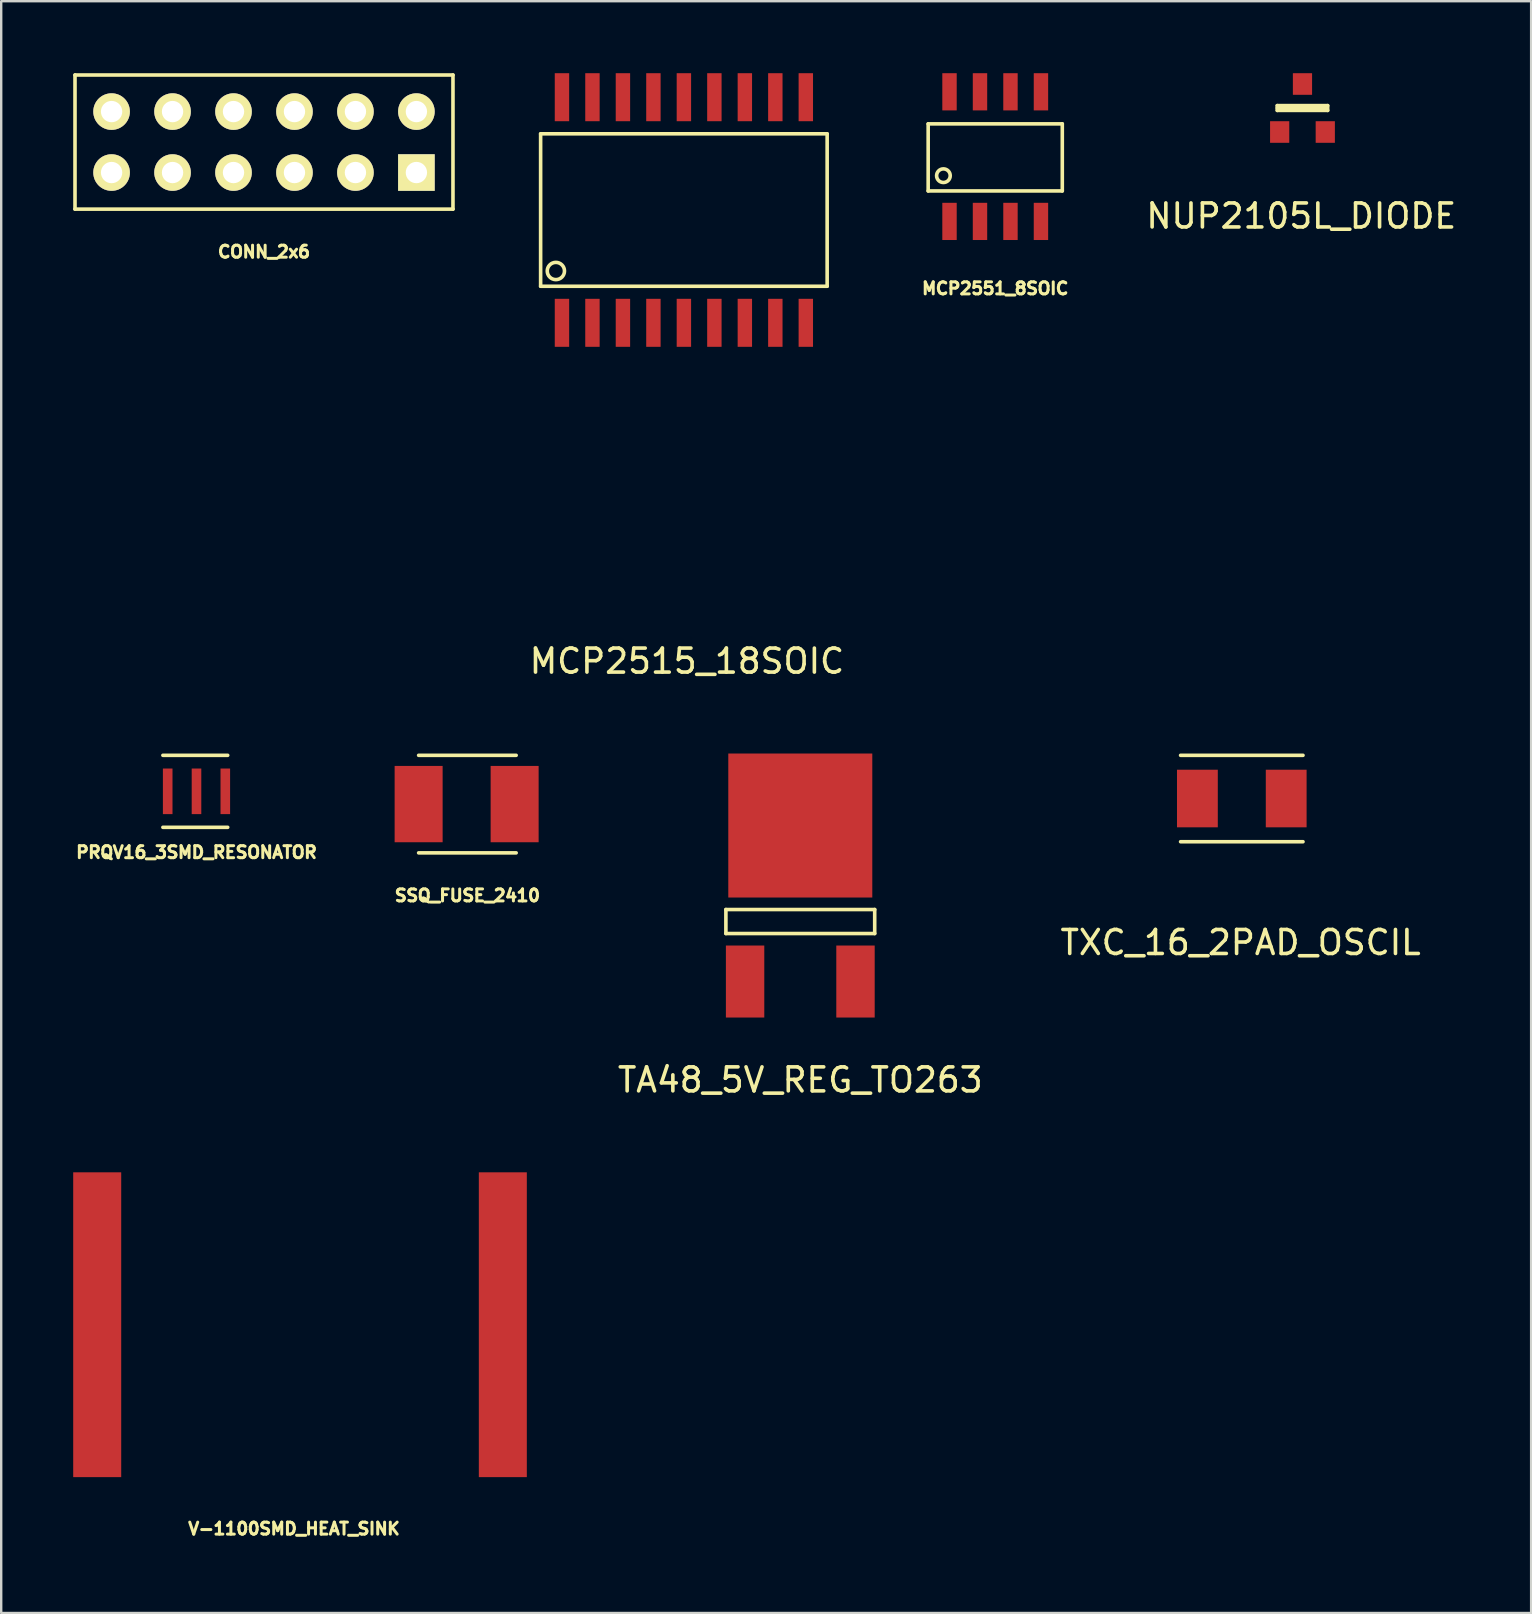
<source format=kicad_pcb>
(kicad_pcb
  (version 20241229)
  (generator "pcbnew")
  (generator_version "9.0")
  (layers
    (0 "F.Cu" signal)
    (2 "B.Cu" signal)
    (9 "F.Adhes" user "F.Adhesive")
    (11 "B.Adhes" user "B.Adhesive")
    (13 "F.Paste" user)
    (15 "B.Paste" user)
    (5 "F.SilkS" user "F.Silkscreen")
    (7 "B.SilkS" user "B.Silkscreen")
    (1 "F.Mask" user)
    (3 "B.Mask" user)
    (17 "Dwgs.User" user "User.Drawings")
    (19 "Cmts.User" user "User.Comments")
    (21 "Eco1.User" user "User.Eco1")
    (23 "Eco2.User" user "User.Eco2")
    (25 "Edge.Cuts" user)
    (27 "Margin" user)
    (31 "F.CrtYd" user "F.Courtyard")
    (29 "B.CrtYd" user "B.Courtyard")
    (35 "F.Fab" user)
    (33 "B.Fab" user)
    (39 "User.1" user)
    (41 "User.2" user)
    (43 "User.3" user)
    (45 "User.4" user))
  (footprint "V-1100SMD_HEAT_SINK"
    (layer "F.Cu")
    (at 9.2 52.144)
    (property "Reference" "V-1100SMD_HEAT_SINK" (at 0 8.5 0) (layer "F.SilkS") (effects (font (size 0.5 0.5) (thickness 0.125))))
    (attr through_hole)
    (pad "" smd rect (at -8.2 0) (size 2 12.7) (layers "F.Cu" "F.Mask" "F.Paste"))
    (pad "" smd rect (at 8.7 0) (size 2 12.7) (layers "F.Cu" "F.Mask" "F.Paste")))
  (footprint "NUP2105L_DIODE"
    (layer "F.Cu")
    (at 51.167 1.45)
    (property "Reference" "NUP2105L_DIODE" (at 0 4.5 0) (layer "F.SilkS") (effects (font (size 1 1) (thickness 0.15))))
    (attr through_hole)
    (fp_line (start -1 -0.1) (end -1 0.1) (stroke (width 0.15) (type solid)) (layer "F.SilkS"))
    (fp_line (start -1 0) (end 1 0) (stroke (width 0.15) (type solid)) (layer "F.SilkS"))
    (fp_line (start -1 0.1) (end 1.1 0.1) (stroke (width 0.15) (type solid)) (layer "F.SilkS"))
    (fp_line (start 1.1 -0.1) (end -1 -0.1) (stroke (width 0.15) (type solid)) (layer "F.SilkS"))
    (fp_line (start 1.1 0.1) (end 1.1 -0.1) (stroke (width 0.15) (type solid)) (layer "F.SilkS"))
    (pad "1" smd rect (at -0.9 1) (size 0.8 0.9) (layers "F.Cu" "F.Mask" "F.Paste"))
    (pad "2" smd rect (at 1 1) (size 0.8 0.9) (layers "F.Cu" "F.Mask" "F.Paste"))
    (pad "3" smd rect (at 0.05 -1) (size 0.8 0.9) (layers "F.Cu" "F.Mask" "F.Paste")))
  (footprint "CONN_2x6"
    (layer "F.Cu")
    (at 7.949 4.139)
    (property "Reference" "CONN_2x6" (at 0 3.302 0) (layer "F.SilkS") (effects (font (size 0.5 0.5) (thickness 0.125))))
    (attr through_hole)
    (fp_line (start -7.874 -4.064) (end 7.874 -4.064) (stroke (width 0.15) (type solid)) (layer "F.SilkS"))
    (fp_line (start -7.874 1.524) (end -7.874 -4.064) (stroke (width 0.15) (type solid)) (layer "F.SilkS"))
    (fp_line (start 7.874 -4.064) (end 7.874 1.524) (stroke (width 0.15) (type solid)) (layer "F.SilkS"))
    (fp_line (start 7.874 1.524) (end -7.874 1.524) (stroke (width 0.15) (type solid)) (layer "F.SilkS"))
    (pad "1" thru_hole rect (at 6.35 0) (size 1.524 1.524) (drill 0.889) (layers "*.Cu" "*.Mask" "F.SilkS"))
    (pad "2" thru_hole circle (at 3.81 0) (size 1.524 1.524) (drill 0.889) (layers "*.Cu" "*.Mask" "F.SilkS"))
    (pad "3" thru_hole circle (at 1.27 0) (size 1.524 1.524) (drill 0.889) (layers "*.Cu" "*.Mask" "F.SilkS"))
    (pad "4" thru_hole circle (at -1.27 0) (size 1.524 1.524) (drill 0.889) (layers "*.Cu" "*.Mask" "F.SilkS"))
    (pad "5" thru_hole circle (at -3.81 0) (size 1.524 1.524) (drill 0.889) (layers "*.Cu" "*.Mask" "F.SilkS"))
    (pad "6" thru_hole circle (at -6.35 0) (size 1.524 1.524) (drill 0.889) (layers "*.Cu" "*.Mask" "F.SilkS"))
    (pad "7" thru_hole circle (at 6.35 -2.54) (size 1.524 1.524) (drill 0.889) (layers "*.Cu" "*.Mask" "F.SilkS"))
    (pad "8" thru_hole circle (at 3.81 -2.54) (size 1.524 1.524) (drill 0.889) (layers "*.Cu" "*.Mask" "F.SilkS"))
    (pad "9" thru_hole circle (at 1.27 -2.54) (size 1.524 1.524) (drill 0.889) (layers "*.Cu" "*.Mask" "F.SilkS"))
    (pad "10" thru_hole circle (at -1.27 -2.54) (size 1.524 1.524) (drill 0.889) (layers "*.Cu" "*.Mask" "F.SilkS"))
    (pad "11" thru_hole circle (at -3.81 -2.54) (size 1.524 1.524) (drill 0.889) (layers "*.Cu" "*.Mask" "F.SilkS"))
    (pad "12" thru_hole circle (at -6.35 -2.54) (size 1.524 1.524) (drill 0.889) (layers "*.Cu" "*.Mask" "F.SilkS")))
  (footprint "SSQ_FUSE_2410"
    (layer "F.Cu")
    (at 16.424 30.452)
    (property "Reference" "SSQ_FUSE_2410" (at 0 3.81 0) (layer "F.SilkS") (effects (font (size 0.5 0.5) (thickness 0.125))))
    (attr through_hole)
    (fp_line (start -2.032 -2.032) (end 2.032 -2.032) (stroke (width 0.15) (type solid)) (layer "F.SilkS"))
    (fp_line (start -2.032 2.032) (end 2.032 2.032) (stroke (width 0.15) (type solid)) (layer "F.SilkS"))
    (pad "1" smd rect (at -2.032 0) (size 2 3.18) (layers "F.Cu" "F.Mask" "F.Paste"))
    (pad "2" smd rect (at 1.968 0) (size 2 3.18) (layers "F.Cu" "F.Mask" "F.Paste")))
  (footprint "MCP2515_18SOIC"
    (layer "F.Cu")
    (at 25.317 5.701)
    (property "Reference" "MCP2515_18SOIC" (at 0.254 18.796 0) (layer "F.SilkS") (effects (font (size 1 1) (thickness 0.15))))
    (attr through_hole)
    (fp_line (start -5.842 -3.175) (end -5.842 3.175) (stroke (width 0.15) (type solid)) (layer "F.SilkS"))
    (fp_line (start -5.842 3.175) (end 6.096 3.175) (stroke (width 0.15) (type solid)) (layer "F.SilkS"))
    (fp_line (start 6.096 -3.175) (end -5.842 -3.175) (stroke (width 0.15) (type solid)) (layer "F.SilkS"))
    (fp_line (start 6.096 3.175) (end 6.096 -3.175) (stroke (width 0.15) (type solid)) (layer "F.SilkS"))
    (fp_circle (center -5.207 2.54) (end -4.953 2.794) (stroke (width 0.15) (type solid)) (fill no) (layer "F.SilkS"))
    (pad "1" smd rect (at -4.953 4.699) (size 0.6 2) (layers "F.Cu" "F.Mask" "F.Paste"))
    (pad "2" smd rect (at -3.683 4.699) (size 0.6 2) (layers "F.Cu" "F.Mask" "F.Paste"))
    (pad "3" smd rect (at -2.413 4.699) (size 0.6 2) (layers "F.Cu" "F.Mask" "F.Paste"))
    (pad "4" smd rect (at -1.143 4.699) (size 0.6 2) (layers "F.Cu" "F.Mask" "F.Paste"))
    (pad "5" smd rect (at 0.127 4.699) (size 0.6 2) (layers "F.Cu" "F.Mask" "F.Paste"))
    (pad "6" smd rect (at 1.397 4.699) (size 0.6 2) (layers "F.Cu" "F.Mask" "F.Paste"))
    (pad "7" smd rect (at 2.667 4.699) (size 0.6 2) (layers "F.Cu" "F.Mask" "F.Paste"))
    (pad "8" smd rect (at 3.937 4.699) (size 0.6 2) (layers "F.Cu" "F.Mask" "F.Paste"))
    (pad "9" smd rect (at 5.207 4.699) (size 0.6 2) (layers "F.Cu" "F.Mask" "F.Paste"))
    (pad "10" smd rect (at 5.207 -4.701) (size 0.6 2) (layers "F.Cu" "F.Mask" "F.Paste"))
    (pad "11" smd rect (at 3.937 -4.701) (size 0.6 2) (layers "F.Cu" "F.Mask" "F.Paste"))
    (pad "12" smd rect (at 2.667 -4.701) (size 0.6 2) (layers "F.Cu" "F.Mask" "F.Paste"))
    (pad "13" smd rect (at 1.397 -4.701) (size 0.6 2) (layers "F.Cu" "F.Mask" "F.Paste"))
    (pad "14" smd rect (at 0.127 -4.701) (size 0.6 2) (layers "F.Cu" "F.Mask" "F.Paste"))
    (pad "15" smd rect (at -1.143 -4.701) (size 0.6 2) (layers "F.Cu" "F.Mask" "F.Paste"))
    (pad "16" smd rect (at -2.413 -4.701) (size 0.6 2) (layers "F.Cu" "F.Mask" "F.Paste"))
    (pad "17" smd rect (at -3.683 -4.701) (size 0.6 2) (layers "F.Cu" "F.Mask" "F.Paste"))
    (pad "18" smd rect (at -4.953 -4.701) (size 0.6 2) (layers "F.Cu" "F.Mask" "F.Paste")))
  (footprint "PRQV16_3SMD_RESONATOR"
    (layer "F.Cu")
    (at 5.137 29.92)
    (property "Reference" "PRQV16_3SMD_RESONATOR" (at 0 2.54 0) (layer "F.SilkS") (effects (font (size 0.5 0.5) (thickness 0.125))))
    (attr through_hole)
    (fp_line (start -1.4 -1.5) (end 1.3 -1.5) (stroke (width 0.15) (type solid)) (layer "F.SilkS"))
    (fp_line (start -1.4 1.5) (end 1.3 1.5) (stroke (width 0.15) (type solid)) (layer "F.SilkS"))
    (pad "1" smd rect (at -1.2 0) (size 0.4 1.9) (layers "F.Cu" "F.Mask" "F.Paste"))
    (pad "2" smd rect (at 0 0) (size 0.4 1.9) (layers "F.Cu" "F.Mask" "F.Paste"))
    (pad "3" smd rect (at 1.2 0) (size 0.4 1.9) (layers "F.Cu" "F.Mask" "F.Paste")))
  (footprint "MCP2551_8SOIC"
    (layer "F.Cu")
    (at 38.416 3.635)
    (property "Reference" "MCP2551_8SOIC" (at 0 5.334 0) (layer "F.SilkS") (effects (font (size 0.5 0.5) (thickness 0.125))))
    (attr through_hole)
    (fp_line (start -2.794 -1.524) (end -2.794 1.27) (stroke (width 0.15) (type solid)) (layer "F.SilkS"))
    (fp_line (start -2.794 1.27) (end 2.794 1.27) (stroke (width 0.15) (type solid)) (layer "F.SilkS"))
    (fp_line (start 2.794 -1.524) (end -2.794 -1.524) (stroke (width 0.15) (type solid)) (layer "F.SilkS"))
    (fp_line (start 2.794 1.27) (end 2.794 -1.524) (stroke (width 0.15) (type solid)) (layer "F.SilkS"))
    (fp_circle (center -2.159 0.635) (end -1.905 0.762) (stroke (width 0.15) (type solid)) (fill no) (layer "F.SilkS"))
    (pad "1" smd rect (at -1.905 2.54) (size 0.6 1.55) (layers "F.Cu" "F.Mask" "F.Paste"))
    (pad "2" smd rect (at -0.635 2.54) (size 0.6 1.55) (layers "F.Cu" "F.Mask" "F.Paste"))
    (pad "3" smd rect (at 0.635 2.54) (size 0.6 1.55) (layers "F.Cu" "F.Mask" "F.Paste"))
    (pad "4" smd rect (at 1.905 2.54) (size 0.6 1.55) (layers "F.Cu" "F.Mask" "F.Paste"))
    (pad "5" smd rect (at 1.905 -2.86) (size 0.6 1.55) (layers "F.Cu" "F.Mask" "F.Paste"))
    (pad "6" smd rect (at 0.635 -2.86) (size 0.6 1.55) (layers "F.Cu" "F.Mask" "F.Paste"))
    (pad "7" smd rect (at -0.635 -2.86) (size 0.6 1.55) (layers "F.Cu" "F.Mask" "F.Paste"))
    (pad "8" smd rect (at -1.905 -2.86) (size 0.6 1.55) (layers "F.Cu" "F.Mask" "F.Paste")))
  (footprint "TA48_5V_REG_TO263"
    (layer "F.Cu")
    (at 30.294 35.345)
    (property "Reference" "TA48_5V_REG_TO263" (at 0 6.6 0) (layer "F.SilkS") (effects (font (size 1 1) (thickness 0.15))))
    (attr through_hole)
    (fp_line (start -3.1 -0.5) (end -3.1 0.5) (stroke (width 0.15) (type solid)) (layer "F.SilkS"))
    (fp_line (start -3.1 0.5) (end 3.1 0.5) (stroke (width 0.15) (type solid)) (layer "F.SilkS"))
    (fp_line (start 3.1 -0.5) (end -3.1 -0.5) (stroke (width 0.15) (type solid)) (layer "F.SilkS"))
    (fp_line (start 3.1 0.5) (end 3.1 -0.5) (stroke (width 0.15) (type solid)) (layer "F.SilkS"))
    (pad "1" smd rect (at -2.3 2.5) (size 1.6 3) (layers "F.Cu" "F.Mask" "F.Paste"))
    (pad "2" smd rect (at 2.3 2.5) (size 1.6 3) (layers "F.Cu" "F.Mask" "F.Paste"))
    (pad "3" smd rect (at 0 -4) (size 6 6) (layers "F.Cu" "F.Mask" "F.Paste")))
  (footprint "TXC_16_2PAD_OSCIL"
    (layer "F.Cu")
    (at 48.739 30.22)
    (property "Reference" "TXC_16_2PAD_OSCIL" (at -0.1 6 0) (layer "F.SilkS") (effects (font (size 1 1) (thickness 0.15))))
    (attr through_hole)
    (fp_line (start -2.6 -1.8) (end 2.5 -1.8) (stroke (width 0.15) (type solid)) (layer "F.SilkS"))
    (fp_line (start -2.6 1.8) (end 2.5 1.8) (stroke (width 0.15) (type solid)) (layer "F.SilkS"))
    (pad "1" smd rect (at -1.9 0) (size 1.7 2.4) (layers "F.Cu" "F.Mask" "F.Paste"))
    (pad "2" smd rect (at 1.8 0) (size 1.7 2.4) (layers "F.Cu" "F.Mask" "F.Paste")))
  (gr_rect
    (start -3 -3)
    (end 60.744 64.155)
    (stroke (width 0.1) (type default))
    (fill no)
    (layer "Edge.Cuts")))
</source>
